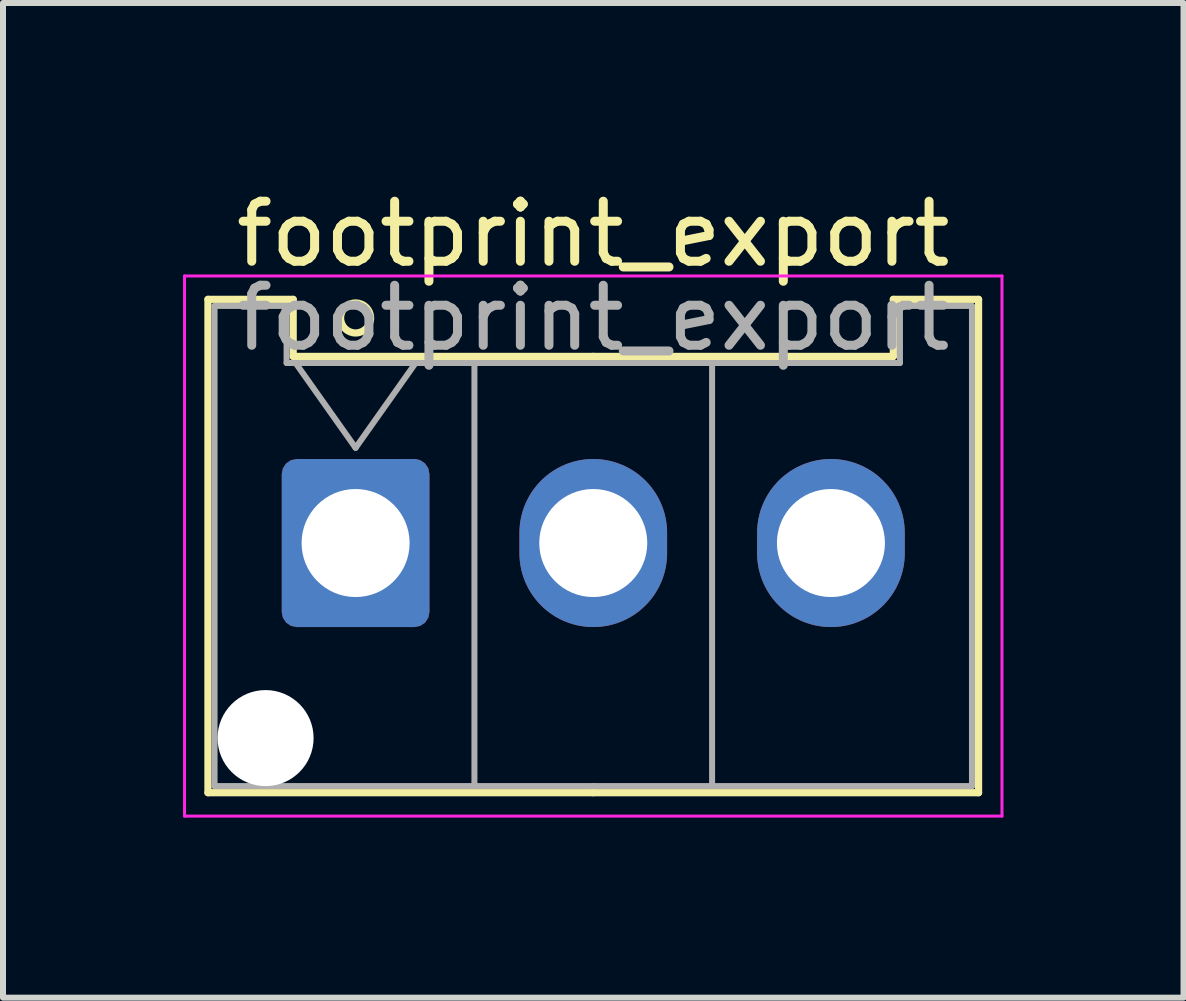
<source format=kicad_pcb>
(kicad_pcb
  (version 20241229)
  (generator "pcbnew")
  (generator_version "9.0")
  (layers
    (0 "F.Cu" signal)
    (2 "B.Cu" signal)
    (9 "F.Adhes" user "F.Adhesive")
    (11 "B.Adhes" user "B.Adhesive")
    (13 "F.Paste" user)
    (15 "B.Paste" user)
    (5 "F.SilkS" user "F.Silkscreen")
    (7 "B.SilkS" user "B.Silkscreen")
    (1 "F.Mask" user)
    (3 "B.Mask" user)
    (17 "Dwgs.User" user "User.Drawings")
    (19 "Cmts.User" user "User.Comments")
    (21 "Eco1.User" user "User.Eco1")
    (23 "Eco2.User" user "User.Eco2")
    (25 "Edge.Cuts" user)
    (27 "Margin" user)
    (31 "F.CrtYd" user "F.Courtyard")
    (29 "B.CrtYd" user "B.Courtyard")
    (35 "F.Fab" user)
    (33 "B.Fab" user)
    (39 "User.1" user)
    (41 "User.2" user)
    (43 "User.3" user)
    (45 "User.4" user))
  (footprint "footprint_export"
    (layer "F.Cu")
    (at 2.875 5.998)
    (property "Reference" "footprint_export" (at 3.96 -5.15 0) (layer "F.SilkS") (effects (font (size 1 1) (thickness 0.15))))
    (attr through_hole)
    (fp_line (start -2.46 -4.06) (end -1.04 -4.06) (stroke (width 0.12) (type solid)) (layer "F.SilkS"))
    (fp_line (start -2.46 4.16) (end -2.46 -4.06) (stroke (width 0.12) (type solid)) (layer "F.SilkS"))
    (fp_line (start -1.04 -4.06) (end -1.04 -3.11) (stroke (width 0.12) (type solid)) (layer "F.SilkS"))
    (fp_line (start -1.04 -3.11) (end 3.96 -3.11) (stroke (width 0.12) (type solid)) (layer "F.SilkS"))
    (fp_line (start 3.96 4.16) (end -2.46 4.16) (stroke (width 0.12) (type solid)) (layer "F.SilkS"))
    (fp_line (start 3.96 4.16) (end 10.38 4.16) (stroke (width 0.12) (type solid)) (layer "F.SilkS"))
    (fp_line (start 8.96 -4.06) (end 8.96 -3.11) (stroke (width 0.12) (type solid)) (layer "F.SilkS"))
    (fp_line (start 8.96 -3.11) (end 3.96 -3.11) (stroke (width 0.12) (type solid)) (layer "F.SilkS"))
    (fp_line (start 10.38 -4.06) (end 8.96 -4.06) (stroke (width 0.12) (type solid)) (layer "F.SilkS"))
    (fp_line (start 10.38 4.16) (end 10.38 -4.06) (stroke (width 0.12) (type solid)) (layer "F.SilkS"))
    (fp_circle (center 0 -3.75) (end 0.25 -3.75) (stroke (width 0.12) (type solid)) (fill no) (layer "F.SilkS"))
    (fp_line (start -2.85 -4.45) (end -2.85 4.55) (stroke (width 0.05) (type solid)) (layer "F.CrtYd"))
    (fp_line (start -2.85 4.55) (end 10.77 4.55) (stroke (width 0.05) (type solid)) (layer "F.CrtYd"))
    (fp_line (start 10.77 -4.45) (end -2.85 -4.45) (stroke (width 0.05) (type solid)) (layer "F.CrtYd"))
    (fp_line (start 10.77 4.55) (end 10.77 -4.45) (stroke (width 0.05) (type solid)) (layer "F.CrtYd"))
    (fp_line (start -2.35 -3.95) (end -1.15 -3.95) (stroke (width 0.1) (type solid)) (layer "F.Fab"))
    (fp_line (start -2.35 4.05) (end -2.35 -3.95) (stroke (width 0.1) (type solid)) (layer "F.Fab"))
    (fp_line (start -1.15 -3.95) (end -1.15 -3) (stroke (width 0.1) (type solid)) (layer "F.Fab"))
    (fp_line (start -1.15 -3) (end 3.96 -3) (stroke (width 0.1) (type solid)) (layer "F.Fab"))
    (fp_line (start -1 -3) (end 0 -1.586) (stroke (width 0.1) (type solid)) (layer "F.Fab"))
    (fp_line (start 0 -1.586) (end 1 -3) (stroke (width 0.1) (type solid)) (layer "F.Fab"))
    (fp_line (start 1.98 -3) (end 1.98 4.05) (stroke (width 0.1) (type solid)) (layer "F.Fab"))
    (fp_line (start 3.96 4.05) (end -2.35 4.05) (stroke (width 0.1) (type solid)) (layer "F.Fab"))
    (fp_line (start 3.96 4.05) (end 10.27 4.05) (stroke (width 0.1) (type solid)) (layer "F.Fab"))
    (fp_line (start 5.94 -3) (end 5.94 4.05) (stroke (width 0.1) (type solid)) (layer "F.Fab"))
    (fp_line (start 9.07 -3.95) (end 9.07 -3) (stroke (width 0.1) (type solid)) (layer "F.Fab"))
    (fp_line (start 9.07 -3) (end 3.96 -3) (stroke (width 0.1) (type solid)) (layer "F.Fab"))
    (fp_line (start 10.27 -3.95) (end 9.07 -3.95) (stroke (width 0.1) (type solid)) (layer "F.Fab"))
    (fp_line (start 10.27 4.05) (end 10.27 -3.95) (stroke (width 0.1) (type solid)) (layer "F.Fab"))
    (fp_text user "${REFERENCE}" (at 3.96 -3.75 0) (layer "F.Fab") (effects (font (size 1 1) (thickness 0.15))))
    (pad "" np_thru_hole circle (at -1.5 3.25) (size 1.6 1.6) (drill 1.6) (layers "*.Cu" "*.Mask"))
    (pad "1" thru_hole roundrect (at 0 0) (size 2.46 2.8) (drill 1.8) (layers "*.Cu" "*.Mask") (roundrect_rratio 0.102))
    (pad "2" thru_hole oval (at 3.96 0) (size 2.46 2.8) (drill 1.8) (layers "*.Cu" "*.Mask"))
    (pad "3" thru_hole oval (at 7.92 0) (size 2.46 2.8) (drill 1.8) (layers "*.Cu" "*.Mask")))
  (gr_rect
    (start -3 -3)
    (end 16.67 13.573)
    (stroke (width 0.1) (type default))
    (fill no)
    (layer "Edge.Cuts")))
</source>
